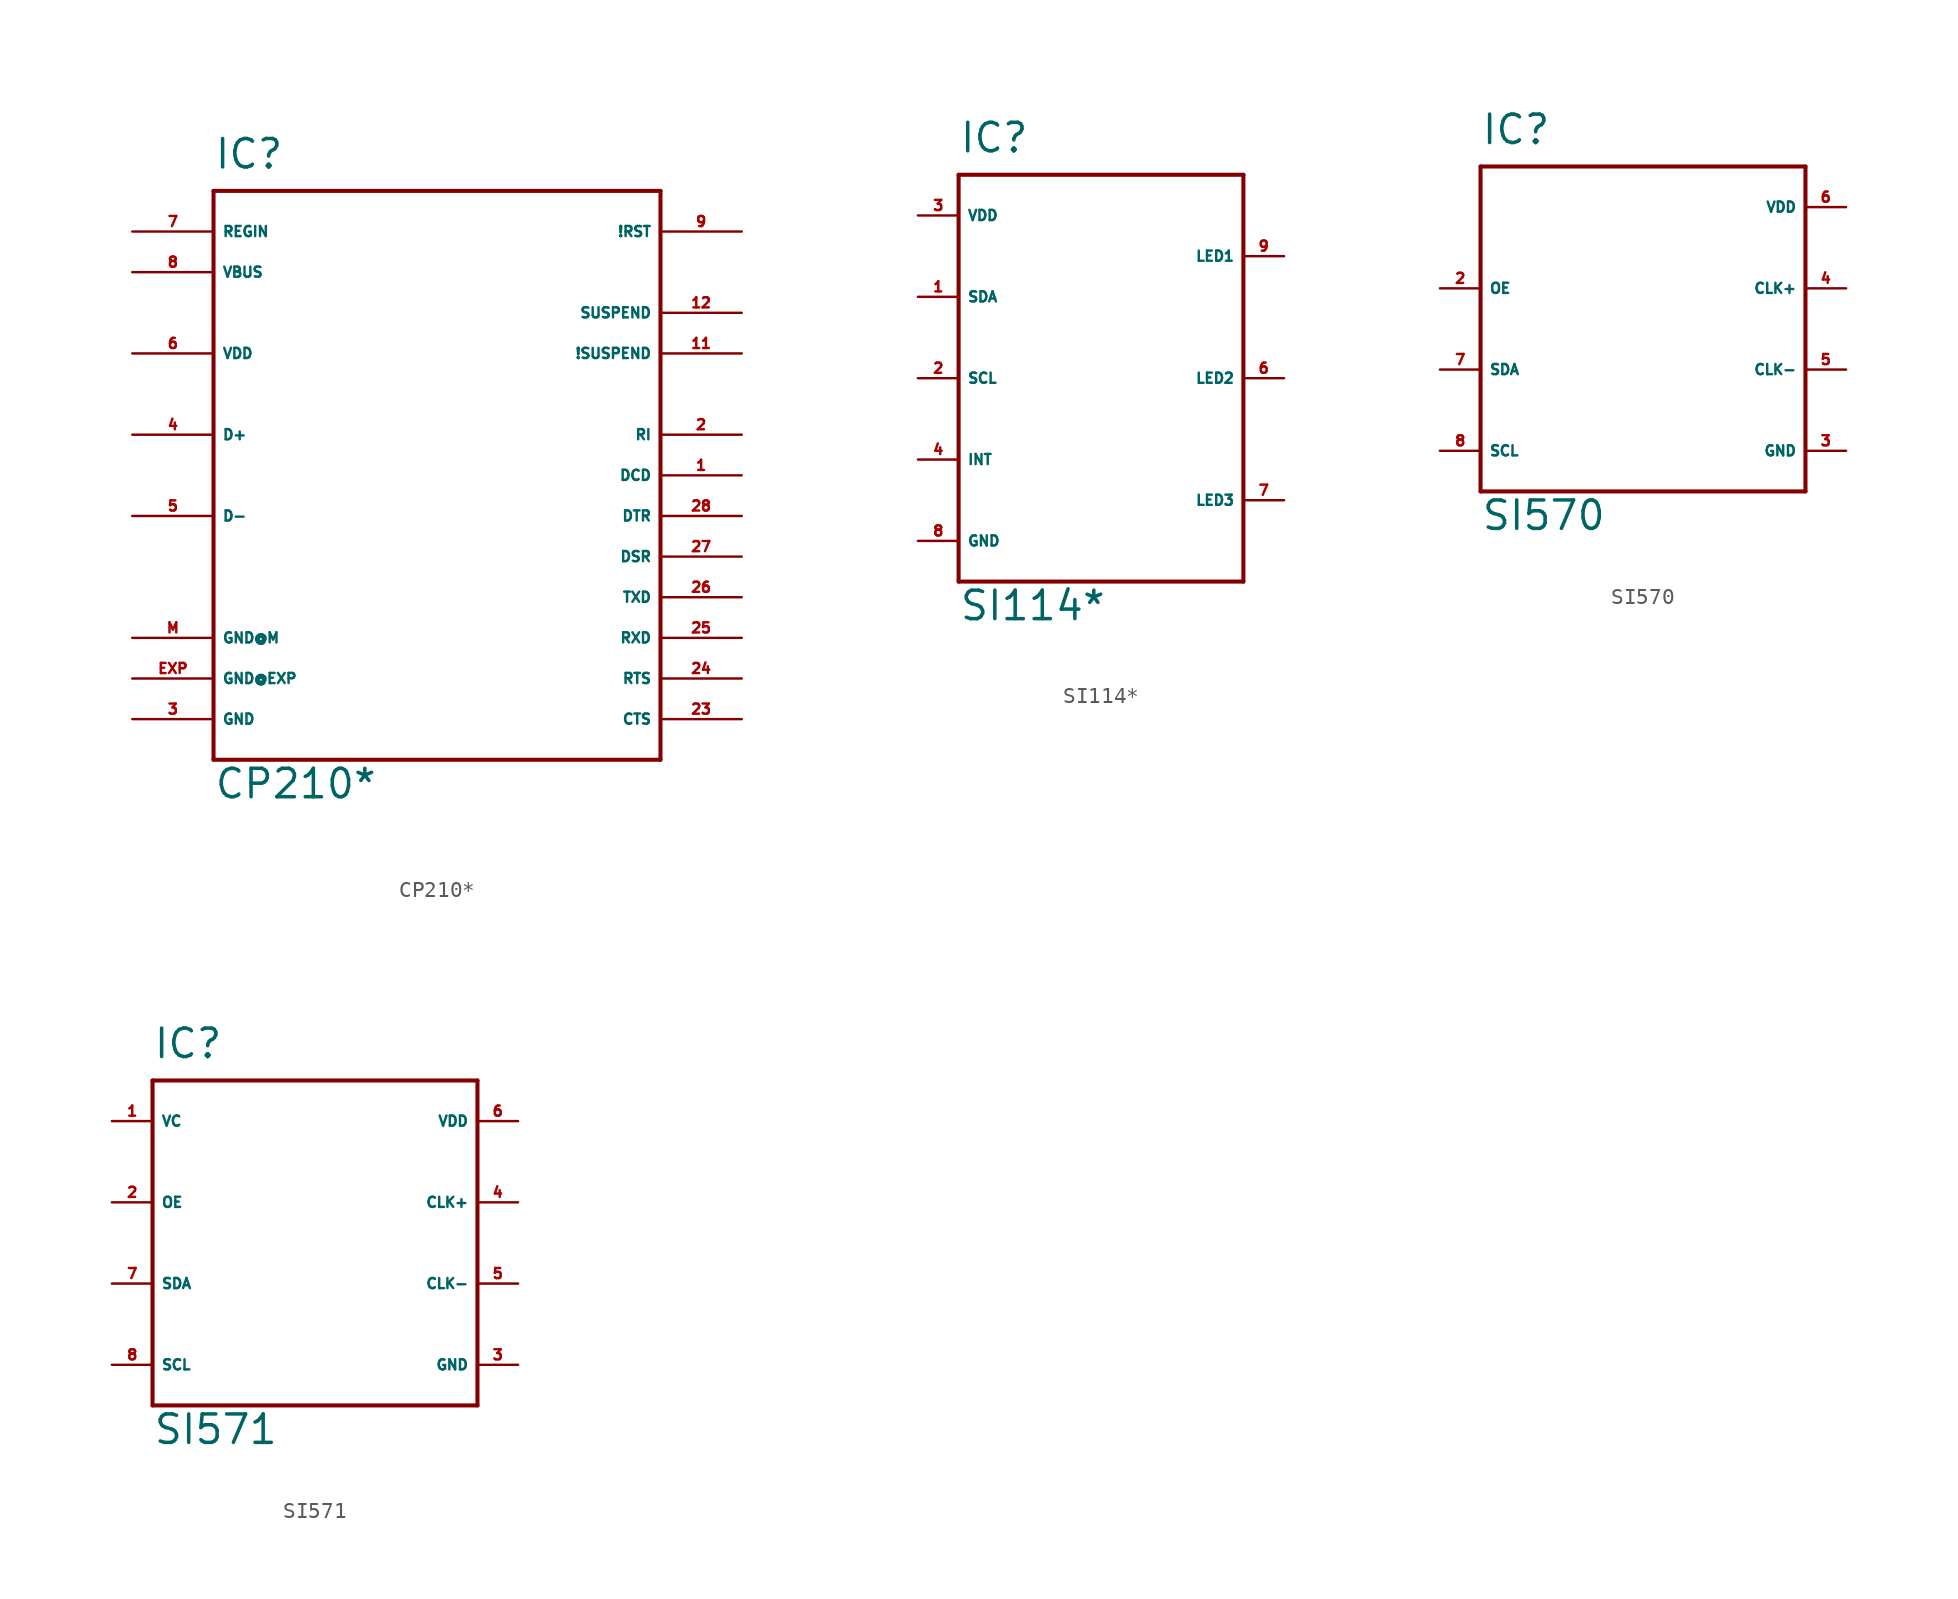
<source format=kicad_sym>
(kicad_symbol_lib
  (version 20220914)
  (generator Eagle2Kicad)
  (symbol "CP210*"
    (property "Reference" "IC"
      (at -12.7 19.05 0)
      (effects (font (size 1.778 1.778) (thickness 0.22)) (justify left bottom)))
    (property "Value" "CP210*"
      (at -12.7 -20.32 0)
      (effects (font (size 1.778 1.778) (thickness 0.22)) (justify left bottom)))
    (polyline
      (pts (xy -12.7 17.78) (xy 15.24 17.78))
      (stroke (width 0.254) (type default))
      (fill (type none)))
    (polyline
      (pts (xy 15.24 17.78) (xy 15.24 -17.78))
      (stroke (width 0.254) (type default))
      (fill (type none)))
    (polyline
      (pts (xy 15.24 -17.78) (xy -12.7 -17.78))
      (stroke (width 0.254) (type default))
      (fill (type none)))
    (polyline
      (pts (xy -12.7 -17.78) (xy -12.7 17.78))
      (stroke (width 0.254) (type default))
      (fill (type none)))
    (pin passive line
      (at -17.78 15.24 0)
      (length 5.08)
      (name "REGIN" (effects (font (size 0.635 0.635) (thickness 0.08)) (justify left bottom)))
      (number "7" (effects (font (size 0.635 0.635) (thickness 0.08)) (justify left bottom))))
    (pin unspecified line
      (at -17.78 7.62 0)
      (length 5.08)
      (name "VDD" (effects (font (size 0.635 0.635) (thickness 0.08)) (justify left bottom)))
      (number "6" (effects (font (size 0.635 0.635) (thickness 0.08)) (justify left bottom))))
    (pin unspecified line
      (at -17.78 -15.24 0)
      (length 5.08)
      (name "GND" (effects (font (size 0.635 0.635) (thickness 0.08)) (justify left bottom)))
      (number "3" (effects (font (size 0.635 0.635) (thickness 0.08)) (justify left bottom))))
    (pin input line
      (at -17.78 12.7 0)
      (length 5.08)
      (name "VBUS" (effects (font (size 0.635 0.635) (thickness 0.08)) (justify left bottom)))
      (number "8" (effects (font (size 0.635 0.635) (thickness 0.08)) (justify left bottom))))
    (pin bidirectional line
      (at -17.78 2.54 0)
      (length 5.08)
      (name "D+" (effects (font (size 0.635 0.635) (thickness 0.08)) (justify left bottom)))
      (number "4" (effects (font (size 0.635 0.635) (thickness 0.08)) (justify left bottom))))
    (pin bidirectional line
      (at -17.78 -2.54 0)
      (length 5.08)
      (name "D-" (effects (font (size 0.635 0.635) (thickness 0.08)) (justify left bottom)))
      (number "5" (effects (font (size 0.635 0.635) (thickness 0.08)) (justify left bottom))))
    (pin bidirectional line
      (at 20.32 15.24 180)
      (length 5.08)
      (name "!RST" (effects (font (size 0.635 0.635) (thickness 0.08)) (justify left bottom)))
      (number "9" (effects (font (size 0.635 0.635) (thickness 0.08)) (justify left bottom))))
    (pin output line
      (at 20.32 10.16 180)
      (length 5.08)
      (name "SUSPEND" (effects (font (size 0.635 0.635) (thickness 0.08)) (justify left bottom)))
      (number "12" (effects (font (size 0.635 0.635) (thickness 0.08)) (justify left bottom))))
    (pin output line
      (at 20.32 7.62 180)
      (length 5.08)
      (name "!SUSPEND" (effects (font (size 0.635 0.635) (thickness 0.08)) (justify left bottom)))
      (number "11" (effects (font (size 0.635 0.635) (thickness 0.08)) (justify left bottom))))
    (pin input line
      (at 20.32 2.54 180)
      (length 5.08)
      (name "RI" (effects (font (size 0.635 0.635) (thickness 0.08)) (justify left bottom)))
      (number "2" (effects (font (size 0.635 0.635) (thickness 0.08)) (justify left bottom))))
    (pin input line
      (at 20.32 0 180)
      (length 5.08)
      (name "DCD" (effects (font (size 0.635 0.635) (thickness 0.08)) (justify left bottom)))
      (number "1" (effects (font (size 0.635 0.635) (thickness 0.08)) (justify left bottom))))
    (pin output line
      (at 20.32 -2.54 180)
      (length 5.08)
      (name "DTR" (effects (font (size 0.635 0.635) (thickness 0.08)) (justify left bottom)))
      (number "28" (effects (font (size 0.635 0.635) (thickness 0.08)) (justify left bottom))))
    (pin input line
      (at 20.32 -5.08 180)
      (length 5.08)
      (name "DSR" (effects (font (size 0.635 0.635) (thickness 0.08)) (justify left bottom)))
      (number "27" (effects (font (size 0.635 0.635) (thickness 0.08)) (justify left bottom))))
    (pin output line
      (at 20.32 -7.62 180)
      (length 5.08)
      (name "TXD" (effects (font (size 0.635 0.635) (thickness 0.08)) (justify left bottom)))
      (number "26" (effects (font (size 0.635 0.635) (thickness 0.08)) (justify left bottom))))
    (pin input line
      (at 20.32 -10.16 180)
      (length 5.08)
      (name "RXD" (effects (font (size 0.635 0.635) (thickness 0.08)) (justify left bottom)))
      (number "25" (effects (font (size 0.635 0.635) (thickness 0.08)) (justify left bottom))))
    (pin output line
      (at 20.32 -12.7 180)
      (length 5.08)
      (name "RTS" (effects (font (size 0.635 0.635) (thickness 0.08)) (justify left bottom)))
      (number "24" (effects (font (size 0.635 0.635) (thickness 0.08)) (justify left bottom))))
    (pin input line
      (at 20.32 -15.24 180)
      (length 5.08)
      (name "CTS" (effects (font (size 0.635 0.635) (thickness 0.08)) (justify left bottom)))
      (number "23" (effects (font (size 0.635 0.635) (thickness 0.08)) (justify left bottom))))
    (pin unspecified line
      (at -17.78 -12.7 0)
      (length 5.08)
      (name "GND@EXP" (effects (font (size 0.635 0.635) (thickness 0.08)) (justify left bottom)))
      (number "EXP" (effects (font (size 0.635 0.635) (thickness 0.08)) (justify left bottom))))
    (pin unspecified line
      (at -17.78 -10.16 0)
      (length 5.08)
      (name "GND@M" (effects (font (size 0.635 0.635) (thickness 0.08)) (justify left bottom)))
      (number "M" (effects (font (size 0.635 0.635) (thickness 0.08)) (justify left bottom)))))
  (symbol "SI114*"
    (property "Reference" "IC"
      (at -7.62 13.97 0)
      (effects (font (size 1.778 1.778) (thickness 0.22)) (justify left bottom)))
    (property "Value" "SI114*"
      (at -7.62 -15.24 0)
      (effects (font (size 1.778 1.778) (thickness 0.22)) (justify left bottom)))
    (polyline
      (pts (xy -7.62 12.7) (xy 10.16 12.7))
      (stroke (width 0.254) (type default))
      (fill (type none)))
    (polyline
      (pts (xy 10.16 12.7) (xy 10.16 -12.7))
      (stroke (width 0.254) (type default))
      (fill (type none)))
    (polyline
      (pts (xy 10.16 -12.7) (xy -7.62 -12.7))
      (stroke (width 0.254) (type default))
      (fill (type none)))
    (polyline
      (pts (xy -7.62 -12.7) (xy -7.62 12.7))
      (stroke (width 0.254) (type default))
      (fill (type none)))
    (pin bidirectional line
      (at -10.16 5.08 0)
      (length 2.54)
      (name "SDA" (effects (font (size 0.635 0.635) (thickness 0.08)) (justify left bottom)))
      (number "1" (effects (font (size 0.635 0.635) (thickness 0.08)) (justify left bottom))))
    (pin input line
      (at -10.16 0 0)
      (length 2.54)
      (name "SCL" (effects (font (size 0.635 0.635) (thickness 0.08)) (justify left bottom)))
      (number "2" (effects (font (size 0.635 0.635) (thickness 0.08)) (justify left bottom))))
    (pin unspecified line
      (at -10.16 10.16 0)
      (length 2.54)
      (name "VDD" (effects (font (size 0.635 0.635) (thickness 0.08)) (justify left bottom)))
      (number "3" (effects (font (size 0.635 0.635) (thickness 0.08)) (justify left bottom))))
    (pin open_collector line
      (at -10.16 -5.08 0)
      (length 2.54)
      (name "INT" (effects (font (size 0.635 0.635) (thickness 0.08)) (justify left bottom)))
      (number "4" (effects (font (size 0.635 0.635) (thickness 0.08)) (justify left bottom))))
    (pin output line
      (at 12.7 7.62 180)
      (length 2.54)
      (name "LED1" (effects (font (size 0.635 0.635) (thickness 0.08)) (justify left bottom)))
      (number "9" (effects (font (size 0.635 0.635) (thickness 0.08)) (justify left bottom))))
    (pin output line
      (at 12.7 0 180)
      (length 2.54)
      (name "LED2" (effects (font (size 0.635 0.635) (thickness 0.08)) (justify left bottom)))
      (number "6" (effects (font (size 0.635 0.635) (thickness 0.08)) (justify left bottom))))
    (pin output line
      (at 12.7 -7.62 180)
      (length 2.54)
      (name "LED3" (effects (font (size 0.635 0.635) (thickness 0.08)) (justify left bottom)))
      (number "7" (effects (font (size 0.635 0.635) (thickness 0.08)) (justify left bottom))))
    (pin unspecified line
      (at -10.16 -10.16 0)
      (length 2.54)
      (name "GND" (effects (font (size 0.635 0.635) (thickness 0.08)) (justify left bottom)))
      (number "8" (effects (font (size 0.635 0.635) (thickness 0.08)) (justify left bottom)))))
  (symbol "SI570"
    (property "Reference" "IC"
      (at -10.16 11.43 0)
      (effects (font (size 1.778 1.778) (thickness 0.22)) (justify left bottom)))
    (property "Value" "SI570"
      (at -10.16 -12.7 0)
      (effects (font (size 1.778 1.778) (thickness 0.22)) (justify left bottom)))
    (polyline
      (pts (xy -10.16 10.16) (xy 10.16 10.16))
      (stroke (width 0.254) (type default))
      (fill (type none)))
    (polyline
      (pts (xy 10.16 10.16) (xy 10.16 -10.16))
      (stroke (width 0.254) (type default))
      (fill (type none)))
    (polyline
      (pts (xy 10.16 -10.16) (xy -10.16 -10.16))
      (stroke (width 0.254) (type default))
      (fill (type none)))
    (polyline
      (pts (xy -10.16 -10.16) (xy -10.16 10.16))
      (stroke (width 0.254) (type default))
      (fill (type none)))
    (pin input line
      (at -12.7 2.54 0)
      (length 2.54)
      (name "OE" (effects (font (size 0.635 0.635) (thickness 0.08)) (justify left bottom)))
      (number "2" (effects (font (size 0.635 0.635) (thickness 0.08)) (justify left bottom))))
    (pin input line
      (at -12.7 -2.54 0)
      (length 2.54)
      (name "SDA" (effects (font (size 0.635 0.635) (thickness 0.08)) (justify left bottom)))
      (number "7" (effects (font (size 0.635 0.635) (thickness 0.08)) (justify left bottom))))
    (pin input line
      (at -12.7 -7.62 0)
      (length 2.54)
      (name "SCL" (effects (font (size 0.635 0.635) (thickness 0.08)) (justify left bottom)))
      (number "8" (effects (font (size 0.635 0.635) (thickness 0.08)) (justify left bottom))))
    (pin output line
      (at 12.7 -2.54 180)
      (length 2.54)
      (name "CLK-" (effects (font (size 0.635 0.635) (thickness 0.08)) (justify left bottom)))
      (number "5" (effects (font (size 0.635 0.635) (thickness 0.08)) (justify left bottom))))
    (pin output line
      (at 12.7 2.54 180)
      (length 2.54)
      (name "CLK+" (effects (font (size 0.635 0.635) (thickness 0.08)) (justify left bottom)))
      (number "4" (effects (font (size 0.635 0.635) (thickness 0.08)) (justify left bottom))))
    (pin unspecified line
      (at 12.7 -7.62 180)
      (length 2.54)
      (name "GND" (effects (font (size 0.635 0.635) (thickness 0.08)) (justify left bottom)))
      (number "3" (effects (font (size 0.635 0.635) (thickness 0.08)) (justify left bottom))))
    (pin unspecified line
      (at 12.7 7.62 180)
      (length 2.54)
      (name "VDD" (effects (font (size 0.635 0.635) (thickness 0.08)) (justify left bottom)))
      (number "6" (effects (font (size 0.635 0.635) (thickness 0.08)) (justify left bottom)))))
  (symbol "SI571"
    (property "Reference" "IC"
      (at -10.16 11.43 0)
      (effects (font (size 1.778 1.778) (thickness 0.22)) (justify left bottom)))
    (property "Value" "SI571"
      (at -10.16 -12.7 0)
      (effects (font (size 1.778 1.778) (thickness 0.22)) (justify left bottom)))
    (polyline
      (pts (xy -10.16 10.16) (xy 10.16 10.16))
      (stroke (width 0.254) (type default))
      (fill (type none)))
    (polyline
      (pts (xy 10.16 10.16) (xy 10.16 -10.16))
      (stroke (width 0.254) (type default))
      (fill (type none)))
    (polyline
      (pts (xy 10.16 -10.16) (xy -10.16 -10.16))
      (stroke (width 0.254) (type default))
      (fill (type none)))
    (polyline
      (pts (xy -10.16 -10.16) (xy -10.16 10.16))
      (stroke (width 0.254) (type default))
      (fill (type none)))
    (pin input line
      (at -12.7 2.54 0)
      (length 2.54)
      (name "OE" (effects (font (size 0.635 0.635) (thickness 0.08)) (justify left bottom)))
      (number "2" (effects (font (size 0.635 0.635) (thickness 0.08)) (justify left bottom))))
    (pin input line
      (at -12.7 -2.54 0)
      (length 2.54)
      (name "SDA" (effects (font (size 0.635 0.635) (thickness 0.08)) (justify left bottom)))
      (number "7" (effects (font (size 0.635 0.635) (thickness 0.08)) (justify left bottom))))
    (pin input line
      (at -12.7 -7.62 0)
      (length 2.54)
      (name "SCL" (effects (font (size 0.635 0.635) (thickness 0.08)) (justify left bottom)))
      (number "8" (effects (font (size 0.635 0.635) (thickness 0.08)) (justify left bottom))))
    (pin output line
      (at 12.7 -2.54 180)
      (length 2.54)
      (name "CLK-" (effects (font (size 0.635 0.635) (thickness 0.08)) (justify left bottom)))
      (number "5" (effects (font (size 0.635 0.635) (thickness 0.08)) (justify left bottom))))
    (pin output line
      (at 12.7 2.54 180)
      (length 2.54)
      (name "CLK+" (effects (font (size 0.635 0.635) (thickness 0.08)) (justify left bottom)))
      (number "4" (effects (font (size 0.635 0.635) (thickness 0.08)) (justify left bottom))))
    (pin unspecified line
      (at 12.7 -7.62 180)
      (length 2.54)
      (name "GND" (effects (font (size 0.635 0.635) (thickness 0.08)) (justify left bottom)))
      (number "3" (effects (font (size 0.635 0.635) (thickness 0.08)) (justify left bottom))))
    (pin unspecified line
      (at 12.7 7.62 180)
      (length 2.54)
      (name "VDD" (effects (font (size 0.635 0.635) (thickness 0.08)) (justify left bottom)))
      (number "6" (effects (font (size 0.635 0.635) (thickness 0.08)) (justify left bottom))))
    (pin input line
      (at -12.7 7.62 0)
      (length 2.54)
      (name "VC" (effects (font (size 0.635 0.635) (thickness 0.08)) (justify left bottom)))
      (number "1" (effects (font (size 0.635 0.635) (thickness 0.08)) (justify left bottom))))))
</source>
